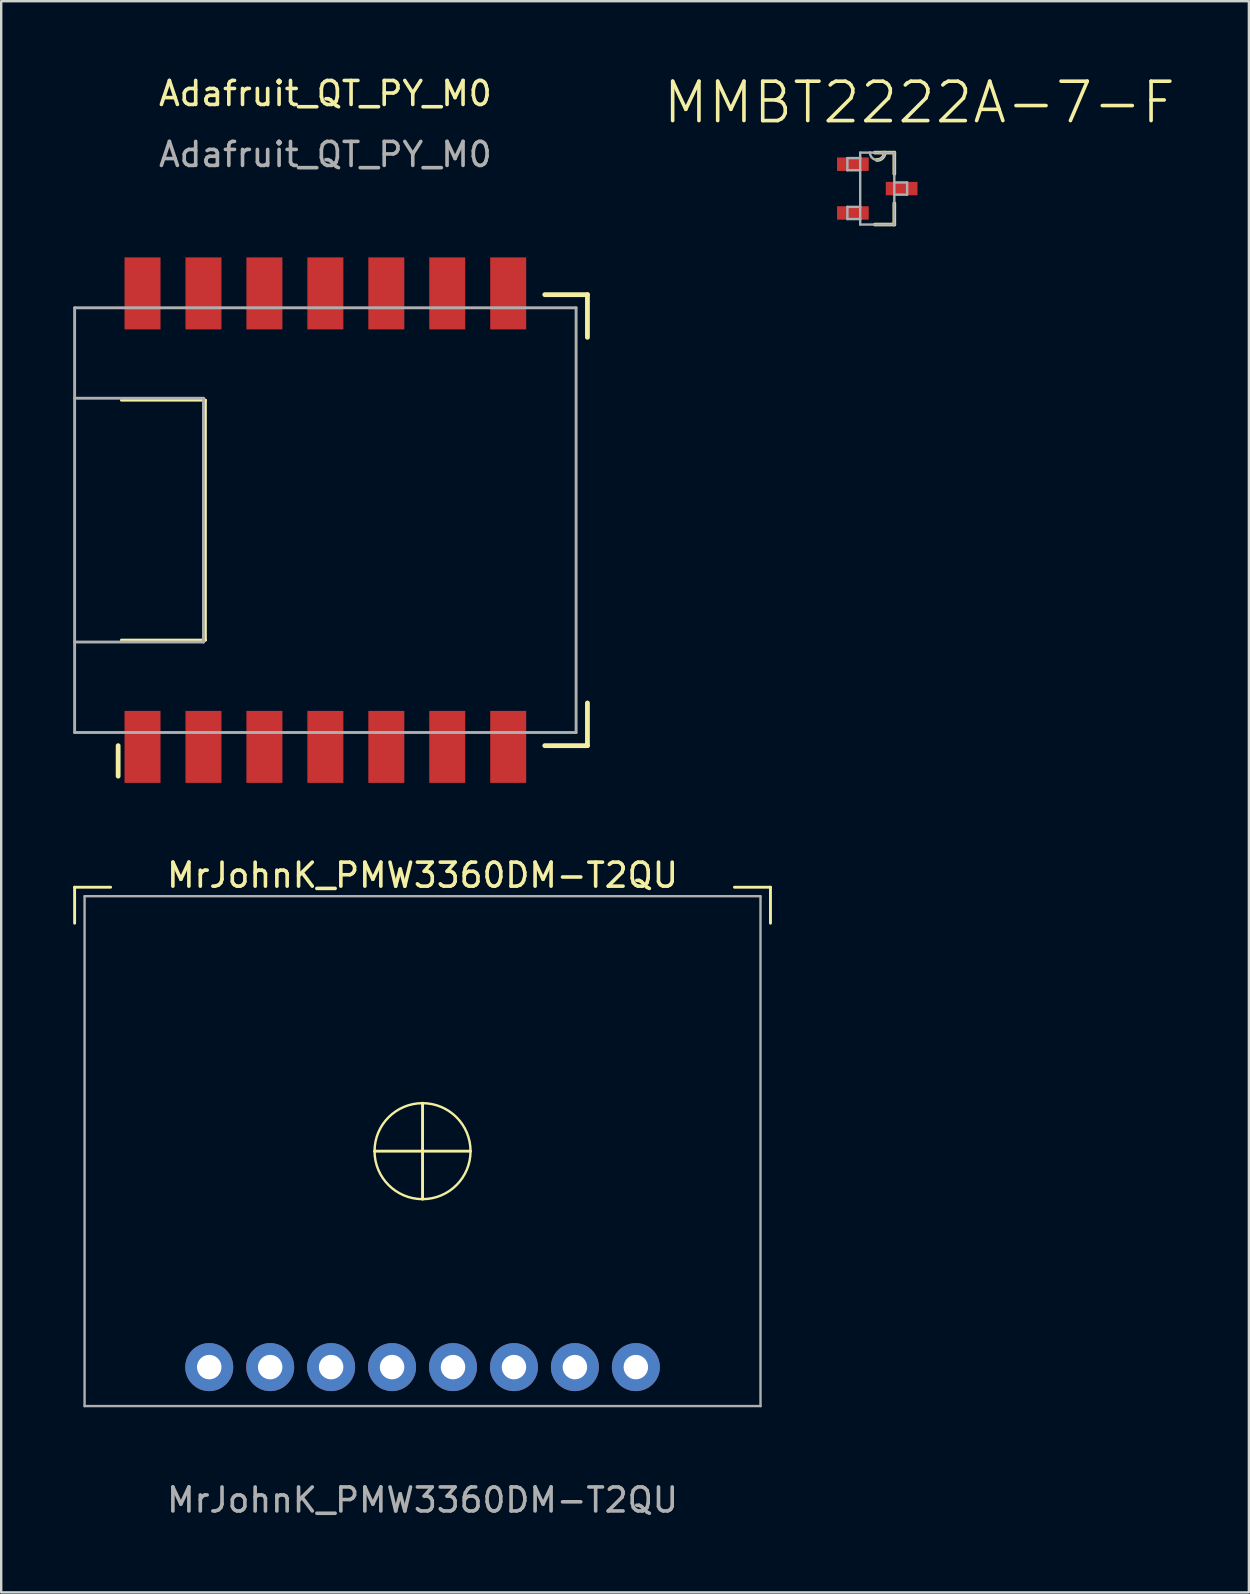
<source format=kicad_pcb>
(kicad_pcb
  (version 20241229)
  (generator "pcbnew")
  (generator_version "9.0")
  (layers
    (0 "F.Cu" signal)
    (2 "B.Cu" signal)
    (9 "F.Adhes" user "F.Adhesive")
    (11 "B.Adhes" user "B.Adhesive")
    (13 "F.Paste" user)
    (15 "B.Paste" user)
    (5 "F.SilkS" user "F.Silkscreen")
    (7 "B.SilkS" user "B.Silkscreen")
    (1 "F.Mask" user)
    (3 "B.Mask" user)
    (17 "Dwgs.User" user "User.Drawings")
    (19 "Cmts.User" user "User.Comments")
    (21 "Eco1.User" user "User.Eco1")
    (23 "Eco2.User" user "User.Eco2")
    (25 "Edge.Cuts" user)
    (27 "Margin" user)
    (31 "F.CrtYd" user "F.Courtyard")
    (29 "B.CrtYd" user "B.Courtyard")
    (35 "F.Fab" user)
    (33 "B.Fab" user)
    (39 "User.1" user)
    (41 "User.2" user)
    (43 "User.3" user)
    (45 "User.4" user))
  (footprint "MrJohnK_PMW3360DM-T2QU"
    (layer "F.Cu")
    (at 14.56 44.926)
    (property "Reference" "MrJohnK_PMW3360DM-T2QU" (at 0 -11.5 0) (unlocked yes) (layer "F.SilkS") (effects (font (size 1 1) (thickness 0.15))))
    (attr through_hole)
    (fp_line (start -14.5 -11) (end -14.5 -9.5) (stroke (width 0.12) (type solid)) (layer "F.SilkS"))
    (fp_line (start -13 -11) (end -14.5 -11) (stroke (width 0.12) (type solid)) (layer "F.SilkS"))
    (fp_line (start 0 -2) (end 0 2) (stroke (width 0.12) (type solid)) (layer "F.SilkS"))
    (fp_line (start 2 0) (end -2 0) (stroke (width 0.12) (type solid)) (layer "F.SilkS"))
    (fp_line (start 13 -11) (end 14.5 -11) (stroke (width 0.12) (type solid)) (layer "F.SilkS"))
    (fp_line (start 14.5 -11) (end 14.5 -9.5) (stroke (width 0.12) (type solid)) (layer "F.SilkS"))
    (fp_circle (center 0 0) (end 2 0) (stroke (width 0.1) (type solid)) (fill no) (layer "F.SilkS"))
    (fp_line (start -14.085 -10.625) (end -14.085 10.625) (stroke (width 0.1) (type solid)) (layer "F.Fab"))
    (fp_line (start -14.085 10.625) (end 14.085 10.625) (stroke (width 0.1) (type solid)) (layer "F.Fab"))
    (fp_line (start 14.085 -10.625) (end -14.085 -10.625) (stroke (width 0.1) (type solid)) (layer "F.Fab"))
    (fp_line (start 14.085 -10.625) (end 14.085 10.625) (stroke (width 0.1) (type solid)) (layer "F.Fab"))
    (fp_text user "${REFERENCE}" (at 0 14.54 0) (unlocked yes) (layer "F.Fab") (effects (font (size 1 1) (thickness 0.15))))
    (pad "1" thru_hole circle (at -8.89 9) (size 2 2) (drill 1.02) (layers "*.Cu" "*.Mask"))
    (pad "2" thru_hole circle (at -6.35 9) (size 2 2) (drill 1.02) (layers "*.Cu" "*.Mask"))
    (pad "3" thru_hole circle (at -3.81 9) (size 2 2) (drill 1.02) (layers "*.Cu" "*.Mask"))
    (pad "4" thru_hole circle (at -1.27 9) (size 2 2) (drill 1.02) (layers "*.Cu" "*.Mask"))
    (pad "5" thru_hole circle (at 1.27 9) (size 2 2) (drill 1.02) (layers "*.Cu" "*.Mask"))
    (pad "6" thru_hole circle (at 3.81 9) (size 2 2) (drill 1.02) (layers "*.Cu" "*.Mask"))
    (pad "7" thru_hole circle (at 6.35 9) (size 2 2) (drill 1.02) (layers "*.Cu" "*.Mask"))
    (pad "8" thru_hole circle (at 8.89 9) (size 2 2) (drill 1.02) (layers "*.Cu" "*.Mask")))
  (footprint "MMBT2222A-7-F"
    (layer "F.Cu")
    (at 33.511 4.809)
    (property "Reference" "MMBT2222A-7-F" (at 1.755 -3.586 0) (layer "F.SilkS") (effects (font (size 1.642 1.642) (thickness 0.15))))
    (attr through_hole)
    (fp_line (start -0.102 1.499) (end 0.711 1.499) (stroke (width 0.152) (type solid)) (layer "F.SilkS"))
    (fp_line (start 0.305 -1.499) (end -0.102 -1.499) (stroke (width 0.152) (type solid)) (layer "F.SilkS"))
    (fp_line (start 0.711 -1.499) (end 0.305 -1.499) (stroke (width 0.152) (type solid)) (layer "F.SilkS"))
    (fp_line (start 0.711 -0.61) (end 0.711 -1.499) (stroke (width 0.152) (type solid)) (layer "F.SilkS"))
    (fp_line (start 0.711 1.499) (end 0.711 0.61) (stroke (width 0.152) (type solid)) (layer "F.SilkS"))
    (fp_arc (start 0.3048 -1.4986) (mid 0.206758 -1.273554) (end -0.0254 -1.1938) (stroke (width 0.1524) (type solid)) (layer "F.SilkS"))
    (fp_line (start -1.245 -1.27) (end -1.245 -0.762) (stroke (width 0.1) (type solid)) (layer "F.Fab"))
    (fp_line (start -1.245 -0.762) (end -0.711 -0.762) (stroke (width 0.1) (type solid)) (layer "F.Fab"))
    (fp_line (start -1.245 0.762) (end -1.245 1.27) (stroke (width 0.1) (type solid)) (layer "F.Fab"))
    (fp_line (start -1.245 1.27) (end -0.711 1.27) (stroke (width 0.1) (type solid)) (layer "F.Fab"))
    (fp_line (start -0.711 -1.499) (end -0.711 -1.27) (stroke (width 0.1) (type solid)) (layer "F.Fab"))
    (fp_line (start -0.711 -1.27) (end -1.245 -1.27) (stroke (width 0.1) (type solid)) (layer "F.Fab"))
    (fp_line (start -0.711 -1.27) (end -0.711 -0.762) (stroke (width 0.1) (type solid)) (layer "F.Fab"))
    (fp_line (start -0.711 -0.762) (end -0.711 0.762) (stroke (width 0.1) (type solid)) (layer "F.Fab"))
    (fp_line (start -0.711 0.762) (end -1.245 0.762) (stroke (width 0.1) (type solid)) (layer "F.Fab"))
    (fp_line (start -0.711 1.27) (end -0.711 0.762) (stroke (width 0.1) (type solid)) (layer "F.Fab"))
    (fp_line (start -0.711 1.499) (end -0.711 1.27) (stroke (width 0.1) (type solid)) (layer "F.Fab"))
    (fp_line (start -0.711 1.499) (end 0.711 1.499) (stroke (width 0.1) (type solid)) (layer "F.Fab"))
    (fp_line (start -0.305 -1.499) (end -0.711 -1.499) (stroke (width 0.1) (type solid)) (layer "F.Fab"))
    (fp_line (start 0.305 -1.499) (end -0.305 -1.499) (stroke (width 0.1) (type solid)) (layer "F.Fab"))
    (fp_line (start 0.711 -1.499) (end 0.305 -1.499) (stroke (width 0.1) (type solid)) (layer "F.Fab"))
    (fp_line (start 0.711 -0.254) (end 0.711 -1.499) (stroke (width 0.1) (type solid)) (layer "F.Fab"))
    (fp_line (start 0.711 0.254) (end 0.711 -0.254) (stroke (width 0.1) (type solid)) (layer "F.Fab"))
    (fp_line (start 0.711 0.254) (end 1.245 0.254) (stroke (width 0.1) (type solid)) (layer "F.Fab"))
    (fp_line (start 0.711 1.499) (end 0.711 0.254) (stroke (width 0.1) (type solid)) (layer "F.Fab"))
    (fp_line (start 1.245 -0.254) (end 0.711 -0.254) (stroke (width 0.1) (type solid)) (layer "F.Fab"))
    (fp_line (start 1.245 0.254) (end 1.245 -0.254) (stroke (width 0.1) (type solid)) (layer "F.Fab"))
    (fp_arc (start 0.3048 -1.4986) (mid 0 -1.1938) (end -0.3048 -1.4986) (stroke (width 0.1) (type solid)) (layer "F.Fab"))
    (pad "1" smd rect (at -1.016 -1.016) (size 1.321 0.559) (layers "F.Cu" "F.Mask" "F.Paste"))
    (pad "2" smd rect (at -1.016 1.016) (size 1.321 0.559) (layers "F.Cu" "F.Mask" "F.Paste"))
    (pad "3" smd rect (at 1.016 0) (size 1.321 0.559) (layers "F.Cu" "F.Mask" "F.Paste")))
  (footprint "Adafruit_QT_PY_M0"
    (layer "F.Cu")
    (at 10.51 18.628)
    (property "Reference" "Adafruit_QT_PY_M0" (at 0 -17.78 0) (unlocked yes) (layer "F.SilkS") (effects (font (size 1 1) (thickness 0.15))))
    (attr smd)
    (fp_line (start -8.636 9.398) (end -8.636 10.668) (stroke (width 0.2) (type solid)) (layer "F.SilkS"))
    (fp_line (start -8.5 -5) (end -5 -5) (stroke (width 0.12) (type solid)) (layer "F.SilkS"))
    (fp_line (start -5 -5) (end -5 5) (stroke (width 0.12) (type solid)) (layer "F.SilkS"))
    (fp_line (start -5 5) (end -8.5 5) (stroke (width 0.12) (type solid)) (layer "F.SilkS"))
    (fp_line (start 9.144 -9.398) (end 10.922 -9.398) (stroke (width 0.2) (type solid)) (layer "F.SilkS"))
    (fp_line (start 10.922 -9.398) (end 10.922 -7.62) (stroke (width 0.2) (type solid)) (layer "F.SilkS"))
    (fp_line (start 10.922 7.62) (end 10.922 9.398) (stroke (width 0.2) (type solid)) (layer "F.SilkS"))
    (fp_line (start 10.922 9.398) (end 9.144 9.398) (stroke (width 0.2) (type solid)) (layer "F.SilkS"))
    (fp_line (start -10.45 -8.85) (end -10.45 8.85) (stroke (width 0.12) (type solid)) (layer "F.Fab"))
    (fp_line (start -10.45 -8.85) (end 10.45 -8.85) (stroke (width 0.12) (type solid)) (layer "F.Fab"))
    (fp_line (start -10.45 8.85) (end 10.45 8.85) (stroke (width 0.12) (type solid)) (layer "F.Fab"))
    (fp_line (start -5.08 -5.08) (end -10.45 -5.08) (stroke (width 0.12) (type solid)) (layer "F.Fab"))
    (fp_line (start -5.08 -5.08) (end -5.08 5.08) (stroke (width 0.12) (type solid)) (layer "F.Fab"))
    (fp_line (start -5.08 5.08) (end -10.45 5.08) (stroke (width 0.12) (type solid)) (layer "F.Fab"))
    (fp_line (start 10.45 -8.85) (end 10.45 8.85) (stroke (width 0.12) (type solid)) (layer "F.Fab"))
    (fp_text user "${REFERENCE}" (at 0 -15.24 0) (unlocked yes) (layer "F.Fab") (effects (font (size 1 1) (thickness 0.15))))
    (pad "1" smd rect (at -7.62 9.45) (size 1.5 3) (layers "F.Cu" "F.Mask" "F.Paste"))
    (pad "2" smd rect (at -5.08 9.45) (size 1.5 3) (layers "F.Cu" "F.Mask" "F.Paste"))
    (pad "3" smd rect (at -2.54 9.45) (size 1.5 3) (layers "F.Cu" "F.Mask" "F.Paste"))
    (pad "4" smd rect (at 0 9.45) (size 1.5 3) (layers "F.Cu" "F.Mask" "F.Paste"))
    (pad "5" smd rect (at 2.54 9.45) (size 1.5 3) (layers "F.Cu" "F.Mask" "F.Paste"))
    (pad "6" smd rect (at 5.08 9.45) (size 1.5 3) (layers "F.Cu" "F.Mask" "F.Paste"))
    (pad "7" smd rect (at 7.62 9.45) (size 1.5 3) (layers "F.Cu" "F.Mask" "F.Paste"))
    (pad "8" smd rect (at -7.62 -9.45) (size 1.5 3) (layers "F.Cu" "F.Mask" "F.Paste"))
    (pad "9" smd rect (at -5.08 -9.45) (size 1.5 3) (layers "F.Cu" "F.Mask" "F.Paste"))
    (pad "10" smd rect (at -2.54 -9.45) (size 1.5 3) (layers "F.Cu" "F.Mask" "F.Paste"))
    (pad "11" smd rect (at 0 -9.45) (size 1.5 3) (layers "F.Cu" "F.Mask" "F.Paste"))
    (pad "12" smd rect (at 2.54 -9.45) (size 1.5 3) (layers "F.Cu" "F.Mask" "F.Paste"))
    (pad "13" smd rect (at 5.08 -9.45) (size 1.5 3) (layers "F.Cu" "F.Mask" "F.Paste"))
    (pad "14" smd rect (at 7.62 -9.45) (size 1.5 3) (layers "F.Cu" "F.Mask" "F.Paste")))
  (gr_rect
    (start -3 -3)
    (end 48.999 63.315)
    (stroke (width 0.1) (type default))
    (fill no)
    (layer "Edge.Cuts")))
</source>
